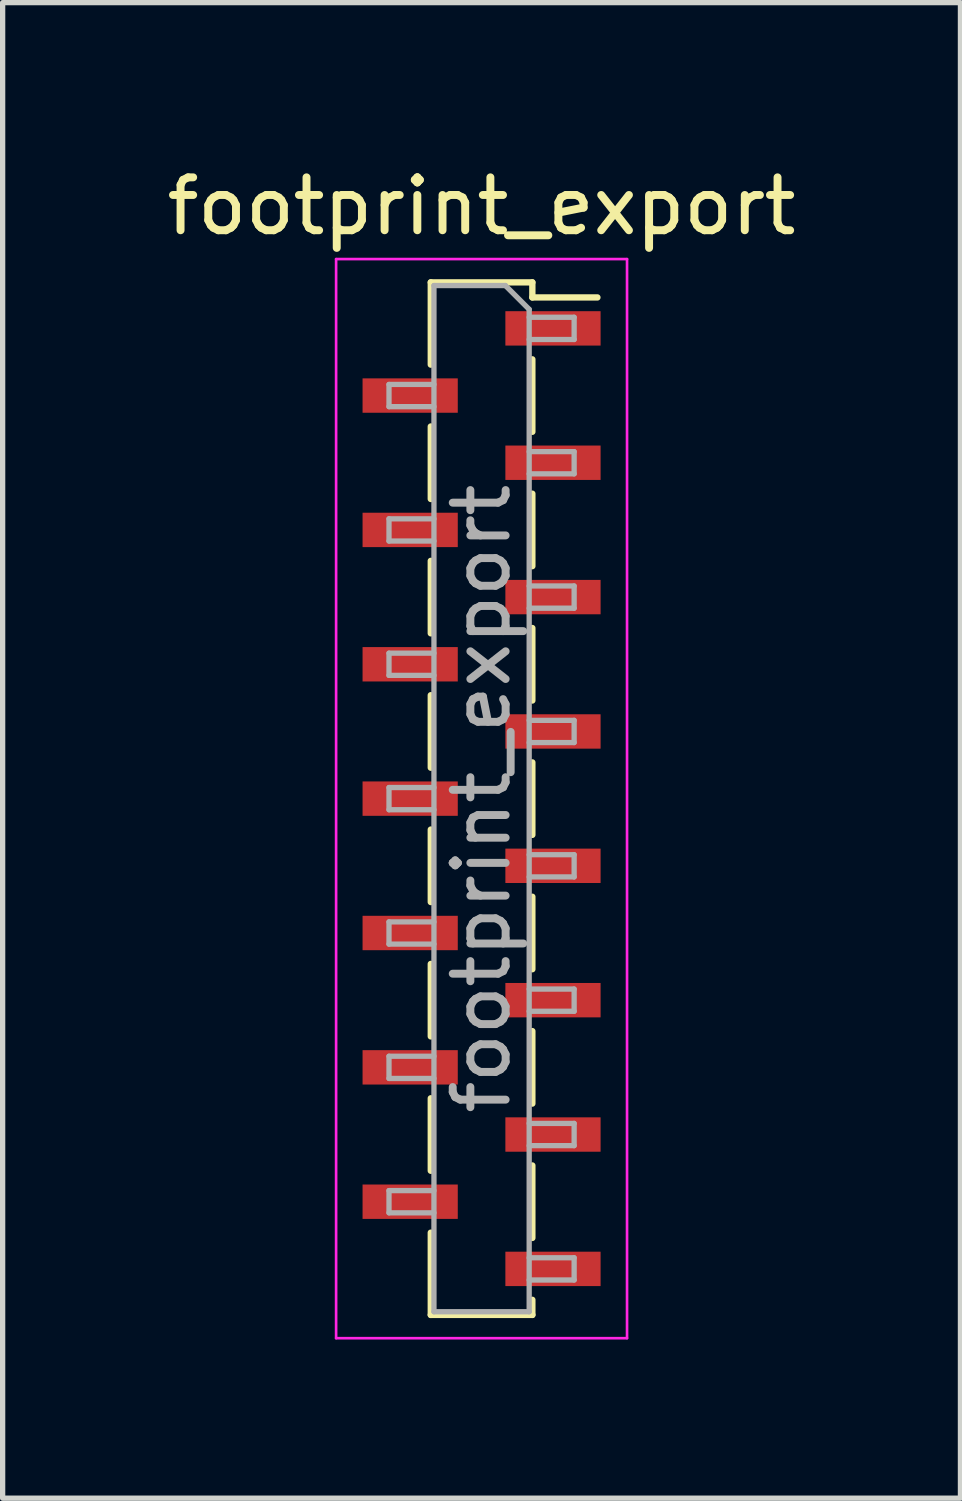
<source format=kicad_pcb>
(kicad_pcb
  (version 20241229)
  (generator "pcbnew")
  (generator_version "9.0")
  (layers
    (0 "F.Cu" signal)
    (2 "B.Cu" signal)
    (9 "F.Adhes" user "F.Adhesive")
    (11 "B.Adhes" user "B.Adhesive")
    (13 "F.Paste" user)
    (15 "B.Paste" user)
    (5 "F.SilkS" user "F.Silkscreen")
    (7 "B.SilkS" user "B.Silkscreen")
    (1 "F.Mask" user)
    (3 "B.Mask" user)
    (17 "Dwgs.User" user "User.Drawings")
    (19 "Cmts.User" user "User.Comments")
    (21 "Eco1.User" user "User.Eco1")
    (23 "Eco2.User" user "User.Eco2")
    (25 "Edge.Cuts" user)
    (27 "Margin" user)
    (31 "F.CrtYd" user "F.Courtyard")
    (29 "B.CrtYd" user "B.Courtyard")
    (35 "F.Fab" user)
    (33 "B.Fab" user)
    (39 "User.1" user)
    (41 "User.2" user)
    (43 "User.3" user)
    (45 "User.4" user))
  (footprint "footprint_export"
    (layer "F.Cu")
    (at 6.054 12.048)
    (property "Reference" "footprint_export" (at 0 -11.2 0) (layer "F.SilkS") (effects (font (size 1 1) (thickness 0.15))))
    (attr smd)
    (fp_line (start -0.96 -9.76) (end -0.96 -8.205) (stroke (width 0.12) (type solid)) (layer "F.SilkS"))
    (fp_line (start -0.96 -9.76) (end 0.96 -9.76) (stroke (width 0.12) (type solid)) (layer "F.SilkS"))
    (fp_line (start -0.96 -7.035) (end -0.96 -5.665) (stroke (width 0.12) (type solid)) (layer "F.SilkS"))
    (fp_line (start -0.96 -4.495) (end -0.96 -3.125) (stroke (width 0.12) (type solid)) (layer "F.SilkS"))
    (fp_line (start -0.96 -1.955) (end -0.96 -0.585) (stroke (width 0.12) (type solid)) (layer "F.SilkS"))
    (fp_line (start -0.96 0.585) (end -0.96 1.955) (stroke (width 0.12) (type solid)) (layer "F.SilkS"))
    (fp_line (start -0.96 3.125) (end -0.96 4.495) (stroke (width 0.12) (type solid)) (layer "F.SilkS"))
    (fp_line (start -0.96 5.665) (end -0.96 7.035) (stroke (width 0.12) (type solid)) (layer "F.SilkS"))
    (fp_line (start -0.96 8.205) (end -0.96 9.76) (stroke (width 0.12) (type solid)) (layer "F.SilkS"))
    (fp_line (start -0.96 9.76) (end 0.96 9.76) (stroke (width 0.12) (type solid)) (layer "F.SilkS"))
    (fp_line (start 0.96 -9.76) (end 0.96 -9.475) (stroke (width 0.12) (type solid)) (layer "F.SilkS"))
    (fp_line (start 0.96 -9.475) (end 2.19 -9.475) (stroke (width 0.12) (type solid)) (layer "F.SilkS"))
    (fp_line (start 0.96 -8.305) (end 0.96 -6.935) (stroke (width 0.12) (type solid)) (layer "F.SilkS"))
    (fp_line (start 0.96 -5.765) (end 0.96 -4.395) (stroke (width 0.12) (type solid)) (layer "F.SilkS"))
    (fp_line (start 0.96 -3.225) (end 0.96 -1.855) (stroke (width 0.12) (type solid)) (layer "F.SilkS"))
    (fp_line (start 0.96 -0.685) (end 0.96 0.685) (stroke (width 0.12) (type solid)) (layer "F.SilkS"))
    (fp_line (start 0.96 1.855) (end 0.96 3.225) (stroke (width 0.12) (type solid)) (layer "F.SilkS"))
    (fp_line (start 0.96 4.395) (end 0.96 5.765) (stroke (width 0.12) (type solid)) (layer "F.SilkS"))
    (fp_line (start 0.96 6.935) (end 0.96 8.305) (stroke (width 0.12) (type solid)) (layer "F.SilkS"))
    (fp_line (start 0.96 9.475) (end 0.96 9.76) (stroke (width 0.12) (type solid)) (layer "F.SilkS"))
    (fp_line (start -2.75 -10.2) (end 2.75 -10.2) (stroke (width 0.05) (type solid)) (layer "F.CrtYd"))
    (fp_line (start -2.75 10.2) (end -2.75 -10.2) (stroke (width 0.05) (type solid)) (layer "F.CrtYd"))
    (fp_line (start 2.75 -10.2) (end 2.75 10.2) (stroke (width 0.05) (type solid)) (layer "F.CrtYd"))
    (fp_line (start 2.75 10.2) (end -2.75 10.2) (stroke (width 0.05) (type solid)) (layer "F.CrtYd"))
    (fp_line (start -1.75 -7.83) (end -0.9 -7.83) (stroke (width 0.1) (type solid)) (layer "F.Fab"))
    (fp_line (start -1.75 -7.41) (end -1.75 -7.83) (stroke (width 0.1) (type solid)) (layer "F.Fab"))
    (fp_line (start -1.75 -5.29) (end -0.9 -5.29) (stroke (width 0.1) (type solid)) (layer "F.Fab"))
    (fp_line (start -1.75 -4.87) (end -1.75 -5.29) (stroke (width 0.1) (type solid)) (layer "F.Fab"))
    (fp_line (start -1.75 -2.75) (end -0.9 -2.75) (stroke (width 0.1) (type solid)) (layer "F.Fab"))
    (fp_line (start -1.75 -2.33) (end -1.75 -2.75) (stroke (width 0.1) (type solid)) (layer "F.Fab"))
    (fp_line (start -1.75 -0.21) (end -0.9 -0.21) (stroke (width 0.1) (type solid)) (layer "F.Fab"))
    (fp_line (start -1.75 0.21) (end -1.75 -0.21) (stroke (width 0.1) (type solid)) (layer "F.Fab"))
    (fp_line (start -1.75 2.33) (end -0.9 2.33) (stroke (width 0.1) (type solid)) (layer "F.Fab"))
    (fp_line (start -1.75 2.75) (end -1.75 2.33) (stroke (width 0.1) (type solid)) (layer "F.Fab"))
    (fp_line (start -1.75 4.87) (end -0.9 4.87) (stroke (width 0.1) (type solid)) (layer "F.Fab"))
    (fp_line (start -1.75 5.29) (end -1.75 4.87) (stroke (width 0.1) (type solid)) (layer "F.Fab"))
    (fp_line (start -1.75 7.41) (end -0.9 7.41) (stroke (width 0.1) (type solid)) (layer "F.Fab"))
    (fp_line (start -1.75 7.83) (end -1.75 7.41) (stroke (width 0.1) (type solid)) (layer "F.Fab"))
    (fp_line (start -0.9 -9.7) (end 0.45 -9.7) (stroke (width 0.1) (type solid)) (layer "F.Fab"))
    (fp_line (start -0.9 -7.41) (end -1.75 -7.41) (stroke (width 0.1) (type solid)) (layer "F.Fab"))
    (fp_line (start -0.9 -4.87) (end -1.75 -4.87) (stroke (width 0.1) (type solid)) (layer "F.Fab"))
    (fp_line (start -0.9 -2.33) (end -1.75 -2.33) (stroke (width 0.1) (type solid)) (layer "F.Fab"))
    (fp_line (start -0.9 0.21) (end -1.75 0.21) (stroke (width 0.1) (type solid)) (layer "F.Fab"))
    (fp_line (start -0.9 2.75) (end -1.75 2.75) (stroke (width 0.1) (type solid)) (layer "F.Fab"))
    (fp_line (start -0.9 5.29) (end -1.75 5.29) (stroke (width 0.1) (type solid)) (layer "F.Fab"))
    (fp_line (start -0.9 7.83) (end -1.75 7.83) (stroke (width 0.1) (type solid)) (layer "F.Fab"))
    (fp_line (start -0.9 9.7) (end -0.9 -9.7) (stroke (width 0.1) (type solid)) (layer "F.Fab"))
    (fp_line (start 0.45 -9.7) (end 0.9 -9.25) (stroke (width 0.1) (type solid)) (layer "F.Fab"))
    (fp_line (start 0.9 -9.25) (end 0.9 9.7) (stroke (width 0.1) (type solid)) (layer "F.Fab"))
    (fp_line (start 0.9 -9.1) (end 1.75 -9.1) (stroke (width 0.1) (type solid)) (layer "F.Fab"))
    (fp_line (start 0.9 -6.56) (end 1.75 -6.56) (stroke (width 0.1) (type solid)) (layer "F.Fab"))
    (fp_line (start 0.9 -4.02) (end 1.75 -4.02) (stroke (width 0.1) (type solid)) (layer "F.Fab"))
    (fp_line (start 0.9 -1.48) (end 1.75 -1.48) (stroke (width 0.1) (type solid)) (layer "F.Fab"))
    (fp_line (start 0.9 1.06) (end 1.75 1.06) (stroke (width 0.1) (type solid)) (layer "F.Fab"))
    (fp_line (start 0.9 3.6) (end 1.75 3.6) (stroke (width 0.1) (type solid)) (layer "F.Fab"))
    (fp_line (start 0.9 6.14) (end 1.75 6.14) (stroke (width 0.1) (type solid)) (layer "F.Fab"))
    (fp_line (start 0.9 8.68) (end 1.75 8.68) (stroke (width 0.1) (type solid)) (layer "F.Fab"))
    (fp_line (start 0.9 9.7) (end -0.9 9.7) (stroke (width 0.1) (type solid)) (layer "F.Fab"))
    (fp_line (start 1.75 -9.1) (end 1.75 -8.68) (stroke (width 0.1) (type solid)) (layer "F.Fab"))
    (fp_line (start 1.75 -8.68) (end 0.9 -8.68) (stroke (width 0.1) (type solid)) (layer "F.Fab"))
    (fp_line (start 1.75 -6.56) (end 1.75 -6.14) (stroke (width 0.1) (type solid)) (layer "F.Fab"))
    (fp_line (start 1.75 -6.14) (end 0.9 -6.14) (stroke (width 0.1) (type solid)) (layer "F.Fab"))
    (fp_line (start 1.75 -4.02) (end 1.75 -3.6) (stroke (width 0.1) (type solid)) (layer "F.Fab"))
    (fp_line (start 1.75 -3.6) (end 0.9 -3.6) (stroke (width 0.1) (type solid)) (layer "F.Fab"))
    (fp_line (start 1.75 -1.48) (end 1.75 -1.06) (stroke (width 0.1) (type solid)) (layer "F.Fab"))
    (fp_line (start 1.75 -1.06) (end 0.9 -1.06) (stroke (width 0.1) (type solid)) (layer "F.Fab"))
    (fp_line (start 1.75 1.06) (end 1.75 1.48) (stroke (width 0.1) (type solid)) (layer "F.Fab"))
    (fp_line (start 1.75 1.48) (end 0.9 1.48) (stroke (width 0.1) (type solid)) (layer "F.Fab"))
    (fp_line (start 1.75 3.6) (end 1.75 4.02) (stroke (width 0.1) (type solid)) (layer "F.Fab"))
    (fp_line (start 1.75 4.02) (end 0.9 4.02) (stroke (width 0.1) (type solid)) (layer "F.Fab"))
    (fp_line (start 1.75 6.14) (end 1.75 6.56) (stroke (width 0.1) (type solid)) (layer "F.Fab"))
    (fp_line (start 1.75 6.56) (end 0.9 6.56) (stroke (width 0.1) (type solid)) (layer "F.Fab"))
    (fp_line (start 1.75 8.68) (end 1.75 9.1) (stroke (width 0.1) (type solid)) (layer "F.Fab"))
    (fp_line (start 1.75 9.1) (end 0.9 9.1) (stroke (width 0.1) (type solid)) (layer "F.Fab"))
    (fp_text user "${REFERENCE}" (at 0 0 90) (layer "F.Fab") (effects (font (size 1 1) (thickness 0.15))))
    (pad "1" smd rect (at 1.35 -8.89) (size 1.8 0.65) (layers "F.Cu" "F.Mask" "F.Paste"))
    (pad "2" smd rect (at -1.35 -7.62) (size 1.8 0.65) (layers "F.Cu" "F.Mask" "F.Paste"))
    (pad "3" smd rect (at 1.35 -6.35) (size 1.8 0.65) (layers "F.Cu" "F.Mask" "F.Paste"))
    (pad "4" smd rect (at -1.35 -5.08) (size 1.8 0.65) (layers "F.Cu" "F.Mask" "F.Paste"))
    (pad "5" smd rect (at 1.35 -3.81) (size 1.8 0.65) (layers "F.Cu" "F.Mask" "F.Paste"))
    (pad "6" smd rect (at -1.35 -2.54) (size 1.8 0.65) (layers "F.Cu" "F.Mask" "F.Paste"))
    (pad "7" smd rect (at 1.35 -1.27) (size 1.8 0.65) (layers "F.Cu" "F.Mask" "F.Paste"))
    (pad "8" smd rect (at -1.35 0) (size 1.8 0.65) (layers "F.Cu" "F.Mask" "F.Paste"))
    (pad "9" smd rect (at 1.35 1.27) (size 1.8 0.65) (layers "F.Cu" "F.Mask" "F.Paste"))
    (pad "10" smd rect (at -1.35 2.54) (size 1.8 0.65) (layers "F.Cu" "F.Mask" "F.Paste"))
    (pad "11" smd rect (at 1.35 3.81) (size 1.8 0.65) (layers "F.Cu" "F.Mask" "F.Paste"))
    (pad "12" smd rect (at -1.35 5.08) (size 1.8 0.65) (layers "F.Cu" "F.Mask" "F.Paste"))
    (pad "13" smd rect (at 1.35 6.35) (size 1.8 0.65) (layers "F.Cu" "F.Mask" "F.Paste"))
    (pad "14" smd rect (at -1.35 7.62) (size 1.8 0.65) (layers "F.Cu" "F.Mask" "F.Paste"))
    (pad "15" smd rect (at 1.35 8.89) (size 1.8 0.65) (layers "F.Cu" "F.Mask" "F.Paste")))
  (gr_rect
    (start -3 -3)
    (end 15.107 25.273)
    (stroke (width 0.1) (type default))
    (fill no)
    (layer "Edge.Cuts")))
</source>
